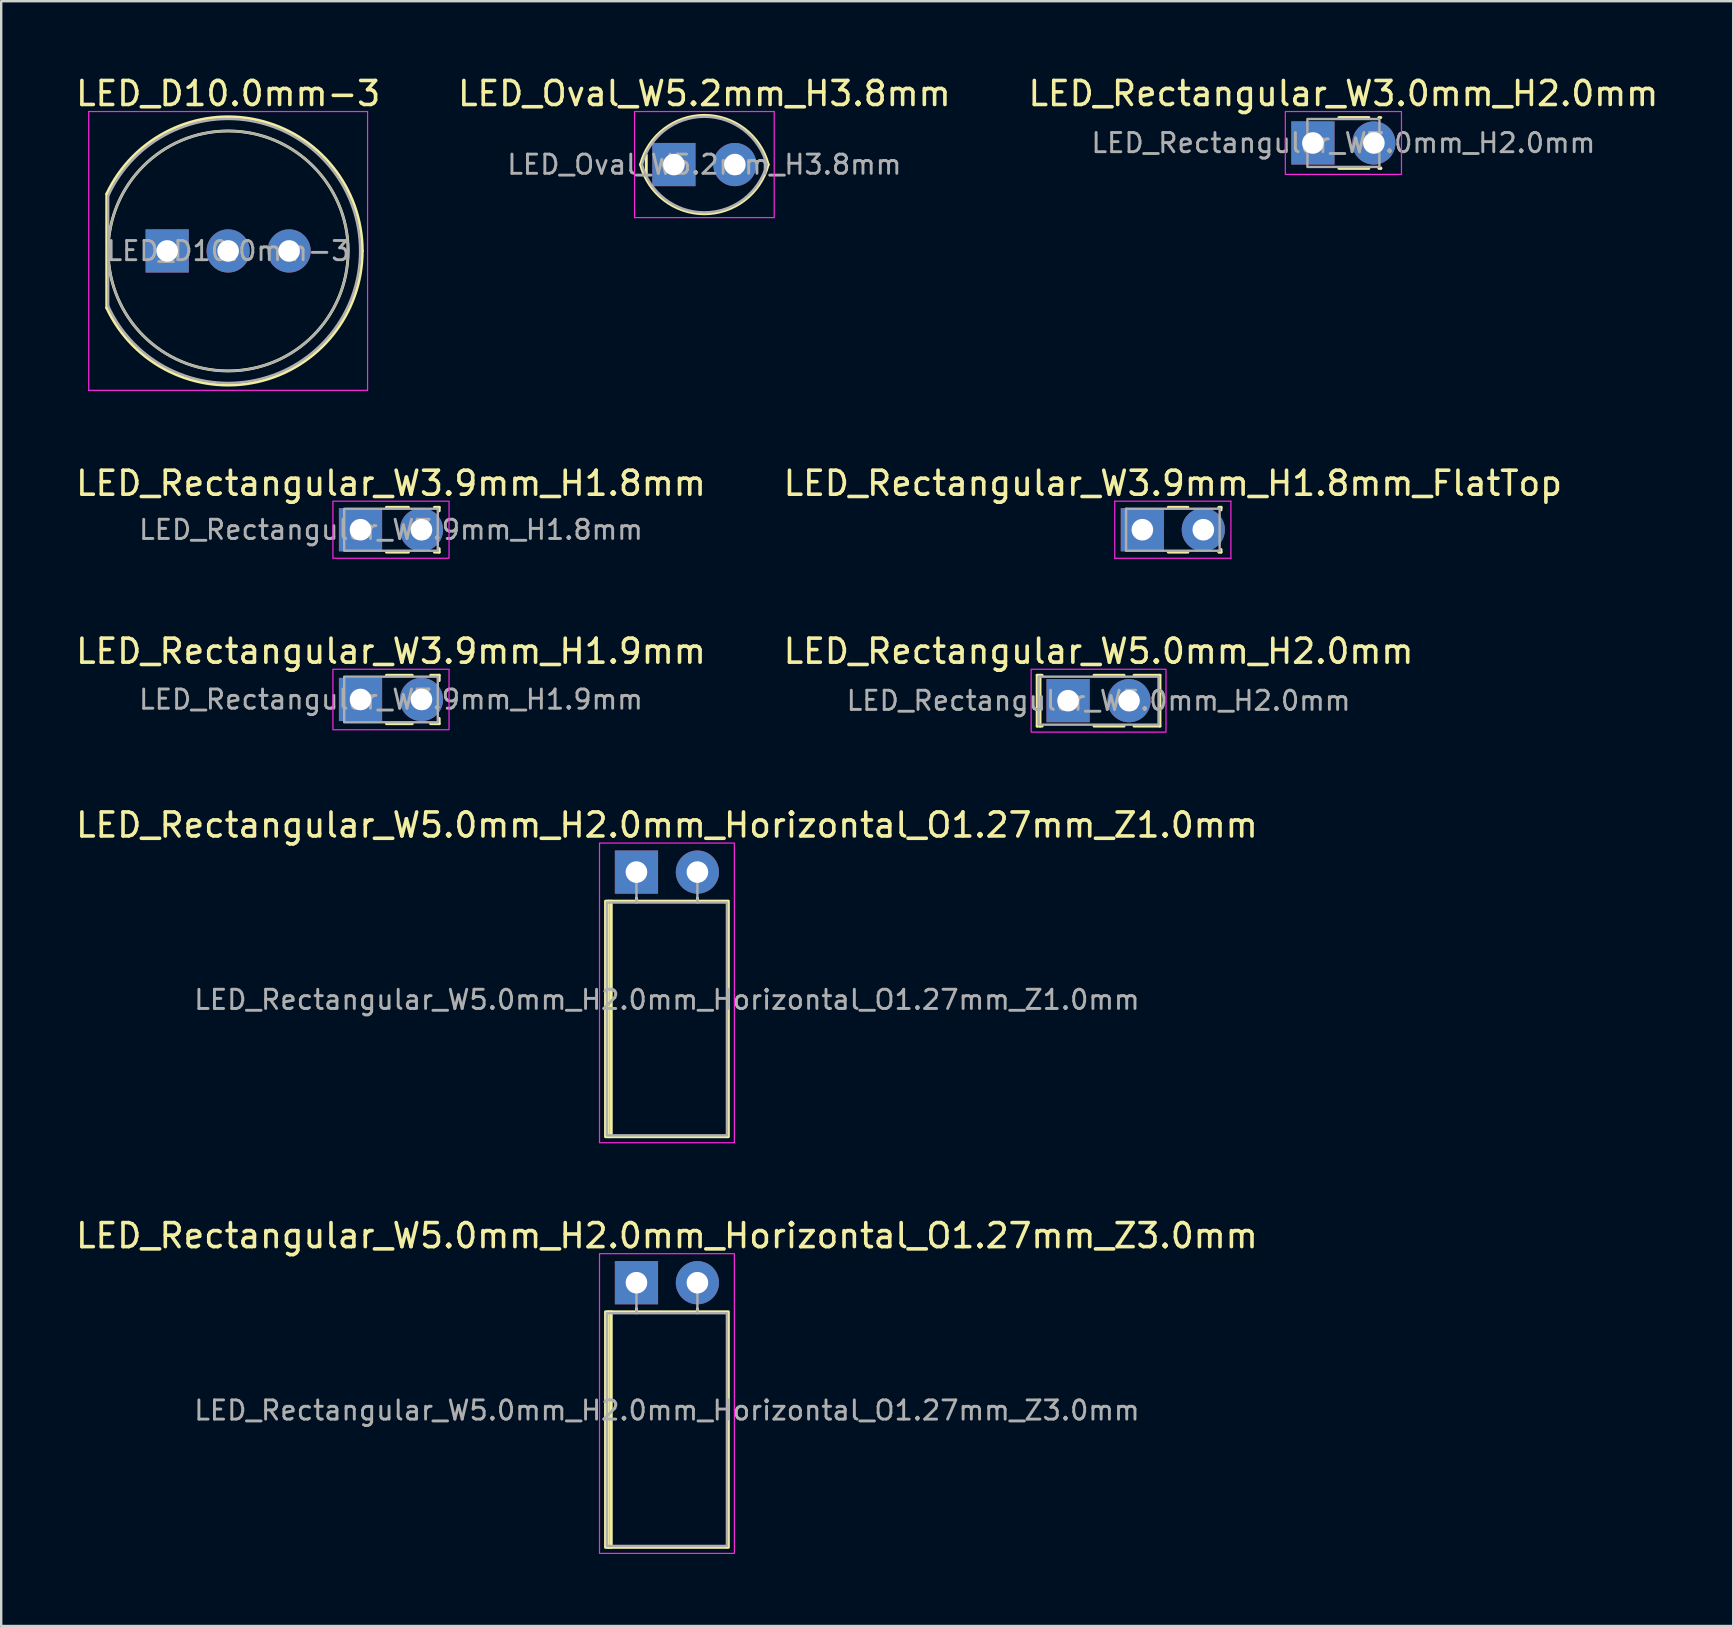
<source format=kicad_pcb>
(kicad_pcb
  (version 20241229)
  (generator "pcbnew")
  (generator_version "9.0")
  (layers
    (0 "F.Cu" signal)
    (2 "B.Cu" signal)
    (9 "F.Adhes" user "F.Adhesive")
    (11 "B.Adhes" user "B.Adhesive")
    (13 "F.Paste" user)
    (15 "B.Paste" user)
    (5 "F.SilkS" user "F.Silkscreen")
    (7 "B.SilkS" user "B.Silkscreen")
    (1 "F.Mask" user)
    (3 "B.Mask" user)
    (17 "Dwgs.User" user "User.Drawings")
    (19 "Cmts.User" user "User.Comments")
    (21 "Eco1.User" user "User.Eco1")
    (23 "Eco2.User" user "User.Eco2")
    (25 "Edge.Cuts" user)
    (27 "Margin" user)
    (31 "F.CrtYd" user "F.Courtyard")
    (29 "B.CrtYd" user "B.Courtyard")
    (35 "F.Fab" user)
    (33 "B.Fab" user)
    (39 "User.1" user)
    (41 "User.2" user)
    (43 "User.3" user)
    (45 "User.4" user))
  (footprint "LED_D10.0mm-3"
    (layer "F.Cu")
    (at 3.918 7.408)
    (property "Reference" "LED_D10.0mm-3" (at 2.54 -6.56 0) (layer "F.SilkS") (effects (font (size 1 1) (thickness 0.15))))
    (attr through_hole)
    (fp_line (start -2.52 -2.376) (end -2.52 2.376) (stroke (width 0.12) (type solid)) (layer "F.SilkS"))
    (fp_arc (start -2.52 -2.375816) (mid 3.757072 -5.455899) (end 8.13 -0.000072) (stroke (width 0.12) (type solid)) (layer "F.SilkS"))
    (fp_arc (start 8.13 0.000072) (mid 3.757072 5.455899) (end -2.52 2.375816) (stroke (width 0.12) (type solid)) (layer "F.SilkS"))
    (fp_circle (center 2.54 0) (end 7.54 0) (stroke (width 0.12) (type solid)) (fill no) (layer "F.SilkS"))
    (fp_line (start -3.27 -5.81) (end -3.27 5.81) (stroke (width 0.05) (type solid)) (layer "F.CrtYd"))
    (fp_line (start -3.27 5.81) (end 8.35 5.81) (stroke (width 0.05) (type solid)) (layer "F.CrtYd"))
    (fp_line (start 8.35 -5.81) (end -3.27 -5.81) (stroke (width 0.05) (type solid)) (layer "F.CrtYd"))
    (fp_line (start 8.35 5.81) (end 8.35 -5.81) (stroke (width 0.05) (type solid)) (layer "F.CrtYd"))
    (fp_line (start -2.46 -2.291) (end -2.46 2.291) (stroke (width 0.1) (type solid)) (layer "F.Fab"))
    (fp_arc (start -2.46 -2.291288) (mid 8.04 -0.00007) (end -2.459942 2.291415) (stroke (width 0.1) (type solid)) (layer "F.Fab"))
    (fp_circle (center 2.54 0) (end 7.54 0) (stroke (width 0.1) (type solid)) (fill no) (layer "F.Fab"))
    (fp_text user "${REFERENCE}" (at 2.54 0 0) (layer "F.Fab") (effects (font (size 0.8 0.8) (thickness 0.12))))
    (pad "1" thru_hole rect (at 0 0) (size 1.8 1.8) (drill 0.9) (layers "*.Cu" "*.Mask"))
    (pad "2" thru_hole circle (at 2.54 0) (size 1.8 1.8) (drill 0.9) (layers "*.Cu" "*.Mask"))
    (pad "3" thru_hole circle (at 5.08 0) (size 1.8 1.8) (drill 0.9) (layers "*.Cu" "*.Mask")))
  (footprint "LED_Oval_W5.2mm_H3.8mm"
    (layer "F.Cu")
    (at 25.034 3.808)
    (property "Reference" "LED_Oval_W5.2mm_H3.8mm" (at 1.27 -2.96 0) (layer "F.SilkS") (effects (font (size 1 1) (thickness 0.15))))
    (attr through_hole)
    (fp_line (start -1.15 -0.404) (end -1.15 0.404) (stroke (width 0.12) (type solid)) (layer "F.SilkS"))
    (fp_arc (start -1.39 0) (mid 1.269979 -2.050564) (end 3.929989 -0.00004) (stroke (width 0.12) (type solid)) (layer "F.SilkS"))
    (fp_arc (start 3.929989 0.00004) (mid 1.269979 2.050564) (end -1.39 0) (stroke (width 0.12) (type solid)) (layer "F.SilkS"))
    (fp_line (start -1.64 -2.21) (end -1.64 2.21) (stroke (width 0.05) (type solid)) (layer "F.CrtYd"))
    (fp_line (start -1.64 2.21) (end 4.18 2.21) (stroke (width 0.05) (type solid)) (layer "F.CrtYd"))
    (fp_line (start 4.18 -2.21) (end -1.64 -2.21) (stroke (width 0.05) (type solid)) (layer "F.CrtYd"))
    (fp_line (start 4.18 2.21) (end 4.18 -2.21) (stroke (width 0.05) (type solid)) (layer "F.CrtYd"))
    (fp_arc (start -1.33 0) (mid 1.269979 -1.992582) (end 3.869989 -0.00004) (stroke (width 0.1) (type solid)) (layer "F.Fab"))
    (fp_arc (start 3.869989 0.00004) (mid 1.269979 1.992582) (end -1.33 0) (stroke (width 0.1) (type solid)) (layer "F.Fab"))
    (fp_text user "${REFERENCE}" (at 1.27 0 0) (layer "F.Fab") (effects (font (size 0.8 0.8) (thickness 0.12))))
    (pad "1" thru_hole rect (at 0 0) (size 1.8 1.8) (drill 0.9) (layers "*.Cu" "*.Mask"))
    (pad "2" thru_hole circle (at 2.54 0) (size 1.8 1.8) (drill 0.9) (layers "*.Cu" "*.Mask")))
  (footprint "LED_Rectangular_W3.9mm_H1.8mm"
    (layer "F.Cu")
    (at 11.974 19.026)
    (property "Reference" "LED_Rectangular_W3.9mm_H1.8mm" (at 1.27 -1.935 0) (layer "F.SilkS") (effects (font (size 1 1) (thickness 0.15))))
    (attr through_hole)
    (fp_line (start 1.08 -0.935) (end 1.999 -0.935) (stroke (width 0.12) (type solid)) (layer "F.SilkS"))
    (fp_line (start 1.999 0.935) (end 1.08 0.935) (stroke (width 0.12) (type solid)) (layer "F.SilkS"))
    (fp_line (start 3.081 -0.935) (end 3.28 -0.935) (stroke (width 0.12) (type solid)) (layer "F.SilkS"))
    (fp_line (start 3.28 -0.935) (end 3.28 -0.787) (stroke (width 0.12) (type solid)) (layer "F.SilkS"))
    (fp_line (start 3.28 0.787) (end 3.28 0.935) (stroke (width 0.12) (type solid)) (layer "F.SilkS"))
    (fp_line (start 3.28 0.935) (end 3.081 0.935) (stroke (width 0.12) (type solid)) (layer "F.SilkS"))
    (fp_rect (start -1.15 -1.19) (end 3.69 1.19) (stroke (width 0.05) (type solid)) (fill no) (layer "F.CrtYd"))
    (fp_rect (start -0.68 -0.875) (end 3.22 0.875) (stroke (width 0.1) (type solid)) (fill no) (layer "F.Fab"))
    (fp_text user "${REFERENCE}" (at 1.27 0 0) (layer "F.Fab") (effects (font (size 0.8 0.8) (thickness 0.12))))
    (pad "1" thru_hole rect (at 0 0) (size 1.8 1.8) (drill 0.9) (layers "*.Cu" "*.Mask"))
    (pad "2" thru_hole circle (at 2.54 0) (size 1.8 1.8) (drill 0.9) (layers "*.Cu" "*.Mask")))
  (footprint "LED_Rectangular_W5.0mm_H2.0mm"
    (layer "F.Cu")
    (at 41.462 26.15)
    (property "Reference" "LED_Rectangular_W5.0mm_H2.0mm" (at 1.27 -2.06 0) (layer "F.SilkS") (effects (font (size 1 1) (thickness 0.15))))
    (attr through_hole)
    (fp_line (start -1.29 -1.06) (end -1.08 -1.06) (stroke (width 0.12) (type solid)) (layer "F.SilkS"))
    (fp_line (start -1.29 1.06) (end -1.29 -1.06) (stroke (width 0.12) (type solid)) (layer "F.SilkS"))
    (fp_line (start -1.17 -1.06) (end -1.17 1.06) (stroke (width 0.12) (type solid)) (layer "F.SilkS"))
    (fp_line (start -1.08 1.06) (end -1.29 1.06) (stroke (width 0.12) (type solid)) (layer "F.SilkS"))
    (fp_line (start 1.08 -1.06) (end 2.333 -1.06) (stroke (width 0.12) (type solid)) (layer "F.SilkS"))
    (fp_line (start 2.333 1.06) (end 1.08 1.06) (stroke (width 0.12) (type solid)) (layer "F.SilkS"))
    (fp_line (start 2.747 -1.06) (end 3.83 -1.06) (stroke (width 0.12) (type solid)) (layer "F.SilkS"))
    (fp_line (start 3.83 -1.06) (end 3.83 1.06) (stroke (width 0.12) (type solid)) (layer "F.SilkS"))
    (fp_line (start 3.83 1.06) (end 2.747 1.06) (stroke (width 0.12) (type solid)) (layer "F.SilkS"))
    (fp_rect (start -1.54 -1.31) (end 4.08 1.31) (stroke (width 0.05) (type solid)) (fill no) (layer "F.CrtYd"))
    (fp_rect (start -1.23 -1) (end 3.77 1) (stroke (width 0.1) (type solid)) (fill no) (layer "F.Fab"))
    (fp_text user "${REFERENCE}" (at 1.27 0 0) (layer "F.Fab") (effects (font (size 0.8 0.8) (thickness 0.12))))
    (pad "1" thru_hole rect (at 0 0) (size 1.8 1.8) (drill 0.9) (layers "*.Cu" "*.Mask"))
    (pad "2" thru_hole circle (at 2.54 0) (size 1.8 1.8) (drill 0.9) (layers "*.Cu" "*.Mask")))
  (footprint "LED_Rectangular_W5.0mm_H2.0mm_Horizontal_O1.27mm_Z3.0mm"
    (layer "F.Cu")
    (at 23.474 50.406)
    (property "Reference" "LED_Rectangular_W5.0mm_H2.0mm_Horizontal_O1.27mm_Z3.0mm" (at 1.27 -1.96 0) (layer "F.SilkS") (effects (font (size 1 1) (thickness 0.15))))
    (attr through_hole)
    (fp_line (start -1.17 1.21) (end -1.17 11.03) (stroke (width 0.12) (type solid)) (layer "F.SilkS"))
    (fp_line (start -1.05 1.21) (end -1.05 11.03) (stroke (width 0.12) (type solid)) (layer "F.SilkS"))
    (fp_rect (start -1.29 1.21) (end 3.83 11.03) (stroke (width 0.12) (type solid)) (fill no) (layer "F.SilkS"))
    (fp_rect (start 0 1.08) (end 0 1.21) (stroke (width 0.12) (type solid)) (fill no) (layer "F.SilkS"))
    (fp_rect (start 2.54 1.08) (end 2.54 1.21) (stroke (width 0.12) (type solid)) (fill no) (layer "F.SilkS"))
    (fp_rect (start -1.54 -1.21) (end 4.08 11.28) (stroke (width 0.05) (type solid)) (fill no) (layer "F.CrtYd"))
    (fp_rect (start -1.23 1.27) (end 3.77 10.97) (stroke (width 0.1) (type solid)) (fill no) (layer "F.Fab"))
    (fp_rect (start 0 0) (end 0 1.27) (stroke (width 0.1) (type solid)) (fill no) (layer "F.Fab"))
    (fp_rect (start 2.54 0) (end 2.54 1.27) (stroke (width 0.1) (type solid)) (fill no) (layer "F.Fab"))
    (fp_text user "${REFERENCE}" (at 1.27 5.32 0) (layer "F.Fab") (effects (font (size 0.8 0.8) (thickness 0.12))))
    (pad "1" thru_hole rect (at 0 0) (size 1.8 1.8) (drill 0.9) (layers "*.Cu" "*.Mask"))
    (pad "2" thru_hole circle (at 2.54 0) (size 1.8 1.8) (drill 0.9) (layers "*.Cu" "*.Mask")))
  (footprint "LED_Rectangular_W5.0mm_H2.0mm_Horizontal_O1.27mm_Z1.0mm"
    (layer "F.Cu")
    (at 23.474 33.293)
    (property "Reference" "LED_Rectangular_W5.0mm_H2.0mm_Horizontal_O1.27mm_Z1.0mm" (at 1.27 -1.96 0) (layer "F.SilkS") (effects (font (size 1 1) (thickness 0.15))))
    (attr through_hole)
    (fp_line (start -1.17 1.21) (end -1.17 11.03) (stroke (width 0.12) (type solid)) (layer "F.SilkS"))
    (fp_line (start -1.05 1.21) (end -1.05 11.03) (stroke (width 0.12) (type solid)) (layer "F.SilkS"))
    (fp_rect (start -1.29 1.21) (end 3.83 11.03) (stroke (width 0.12) (type solid)) (fill no) (layer "F.SilkS"))
    (fp_rect (start 0 1.08) (end 0 1.21) (stroke (width 0.12) (type solid)) (fill no) (layer "F.SilkS"))
    (fp_rect (start 2.54 1.08) (end 2.54 1.21) (stroke (width 0.12) (type solid)) (fill no) (layer "F.SilkS"))
    (fp_rect (start -1.54 -1.21) (end 4.08 11.28) (stroke (width 0.05) (type solid)) (fill no) (layer "F.CrtYd"))
    (fp_rect (start -1.23 1.27) (end 3.77 10.97) (stroke (width 0.1) (type solid)) (fill no) (layer "F.Fab"))
    (fp_rect (start 0 0) (end 0 1.27) (stroke (width 0.1) (type solid)) (fill no) (layer "F.Fab"))
    (fp_rect (start 2.54 0) (end 2.54 1.27) (stroke (width 0.1) (type solid)) (fill no) (layer "F.Fab"))
    (fp_text user "${REFERENCE}" (at 1.27 5.32 0) (layer "F.Fab") (effects (font (size 0.8 0.8) (thickness 0.12))))
    (pad "1" thru_hole rect (at 0 0) (size 1.8 1.8) (drill 0.9) (layers "*.Cu" "*.Mask"))
    (pad "2" thru_hole circle (at 2.54 0) (size 1.8 1.8) (drill 0.9) (layers "*.Cu" "*.Mask")))
  (footprint "LED_Rectangular_W3.9mm_H1.9mm"
    (layer "F.Cu")
    (at 11.974 26.1)
    (property "Reference" "LED_Rectangular_W3.9mm_H1.9mm" (at 1.27 -2.01 0) (layer "F.SilkS") (effects (font (size 1 1) (thickness 0.15))))
    (attr through_hole)
    (fp_line (start 1.08 -1.01) (end 2.158 -1.01) (stroke (width 0.12) (type solid)) (layer "F.SilkS"))
    (fp_line (start 2.158 1.01) (end 1.08 1.01) (stroke (width 0.12) (type solid)) (layer "F.SilkS"))
    (fp_line (start 2.922 -1.01) (end 3.28 -1.01) (stroke (width 0.12) (type solid)) (layer "F.SilkS"))
    (fp_line (start 3.28 -1.01) (end 3.28 -0.787) (stroke (width 0.12) (type solid)) (layer "F.SilkS"))
    (fp_line (start 3.28 0.787) (end 3.28 1.01) (stroke (width 0.12) (type solid)) (layer "F.SilkS"))
    (fp_line (start 3.28 1.01) (end 2.922 1.01) (stroke (width 0.12) (type solid)) (layer "F.SilkS"))
    (fp_rect (start -1.15 -1.26) (end 3.69 1.26) (stroke (width 0.05) (type solid)) (fill no) (layer "F.CrtYd"))
    (fp_rect (start -0.68 -0.95) (end 3.22 0.95) (stroke (width 0.1) (type solid)) (fill no) (layer "F.Fab"))
    (fp_text user "${REFERENCE}" (at 1.27 0 0) (layer "F.Fab") (effects (font (size 0.8 0.8) (thickness 0.12))))
    (pad "1" thru_hole rect (at 0 0) (size 1.8 1.8) (drill 0.9) (layers "*.Cu" "*.Mask"))
    (pad "2" thru_hole circle (at 2.54 0) (size 1.8 1.8) (drill 0.9) (layers "*.Cu" "*.Mask")))
  (footprint "LED_Rectangular_W3.9mm_H1.8mm_FlatTop"
    (layer "F.Cu")
    (at 44.557 19.026)
    (property "Reference" "LED_Rectangular_W3.9mm_H1.8mm_FlatTop" (at 1.27 -1.935 0) (layer "F.SilkS") (effects (font (size 1 1) (thickness 0.15))))
    (attr through_hole)
    (fp_line (start 1.08 -0.935) (end 1.896 -0.935) (stroke (width 0.12) (type solid)) (layer "F.SilkS"))
    (fp_line (start 1.08 0.935) (end 1.896 0.935) (stroke (width 0.12) (type solid)) (layer "F.SilkS"))
    (fp_line (start 3.185 -0.935) (end 3.28 -0.935) (stroke (width 0.12) (type solid)) (layer "F.SilkS"))
    (fp_line (start 3.185 0.935) (end 3.28 0.935) (stroke (width 0.12) (type solid)) (layer "F.SilkS"))
    (fp_line (start 3.28 -0.935) (end 3.28 -0.825) (stroke (width 0.12) (type solid)) (layer "F.SilkS"))
    (fp_line (start 3.28 0.825) (end 3.28 0.935) (stroke (width 0.12) (type solid)) (layer "F.SilkS"))
    (fp_line (start -1.15 -1.19) (end -1.15 1.19) (stroke (width 0.05) (type solid)) (layer "F.CrtYd"))
    (fp_line (start -1.15 1.19) (end 3.69 1.19) (stroke (width 0.05) (type solid)) (layer "F.CrtYd"))
    (fp_line (start 3.69 -1.19) (end -1.15 -1.19) (stroke (width 0.05) (type solid)) (layer "F.CrtYd"))
    (fp_line (start 3.69 1.19) (end 3.69 -1.19) (stroke (width 0.05) (type solid)) (layer "F.CrtYd"))
    (fp_line (start -0.68 -0.875) (end -0.68 0.875) (stroke (width 0.1) (type solid)) (layer "F.Fab"))
    (fp_line (start -0.68 0.875) (end 3.22 0.875) (stroke (width 0.1) (type solid)) (layer "F.Fab"))
    (fp_line (start 3.22 -0.875) (end -0.68 -0.875) (stroke (width 0.1) (type solid)) (layer "F.Fab"))
    (fp_line (start 3.22 0.875) (end 3.22 -0.875) (stroke (width 0.1) (type solid)) (layer "F.Fab"))
    (pad "1" thru_hole rect (at 0 0) (size 1.8 1.8) (drill 0.9) (layers "*.Cu" "*.Mask"))
    (pad "2" thru_hole circle (at 2.54 0) (size 1.8 1.8) (drill 0.9) (layers "*.Cu" "*.Mask")))
  (footprint "LED_Rectangular_W3.0mm_H2.0mm"
    (layer "F.Cu")
    (at 51.665 2.908)
    (property "Reference" "LED_Rectangular_W3.0mm_H2.0mm" (at 1.27 -2.06 0) (layer "F.SilkS") (effects (font (size 1 1) (thickness 0.15))))
    (attr through_hole)
    (fp_line (start 1.08 -1.06) (end 2.333 -1.06) (stroke (width 0.12) (type solid)) (layer "F.SilkS"))
    (fp_line (start 2.333 1.06) (end 1.08 1.06) (stroke (width 0.12) (type solid)) (layer "F.SilkS"))
    (fp_line (start 2.747 -1.06) (end 2.83 -1.06) (stroke (width 0.12) (type solid)) (layer "F.SilkS"))
    (fp_line (start 2.83 1.04) (end 2.83 1.06) (stroke (width 0.12) (type solid)) (layer "F.SilkS"))
    (fp_line (start 2.83 1.06) (end 2.747 1.06) (stroke (width 0.12) (type solid)) (layer "F.SilkS"))
    (fp_rect (start -1.15 -1.31) (end 3.69 1.31) (stroke (width 0.05) (type solid)) (fill no) (layer "F.CrtYd"))
    (fp_rect (start -0.23 -1) (end 2.77 1) (stroke (width 0.1) (type solid)) (fill no) (layer "F.Fab"))
    (fp_text user "${REFERENCE}" (at 1.27 0 0) (layer "F.Fab") (effects (font (size 0.8 0.8) (thickness 0.12))))
    (pad "1" thru_hole rect (at 0 0) (size 1.8 1.8) (drill 0.9) (layers "*.Cu" "*.Mask"))
    (pad "2" thru_hole circle (at 2.54 0) (size 1.8 1.8) (drill 0.9) (layers "*.Cu" "*.Mask")))
  (gr_rect
    (start -3 -3)
    (end 69.179 64.711)
    (stroke (width 0.1) (type default))
    (fill no)
    (layer "Edge.Cuts")))
</source>
